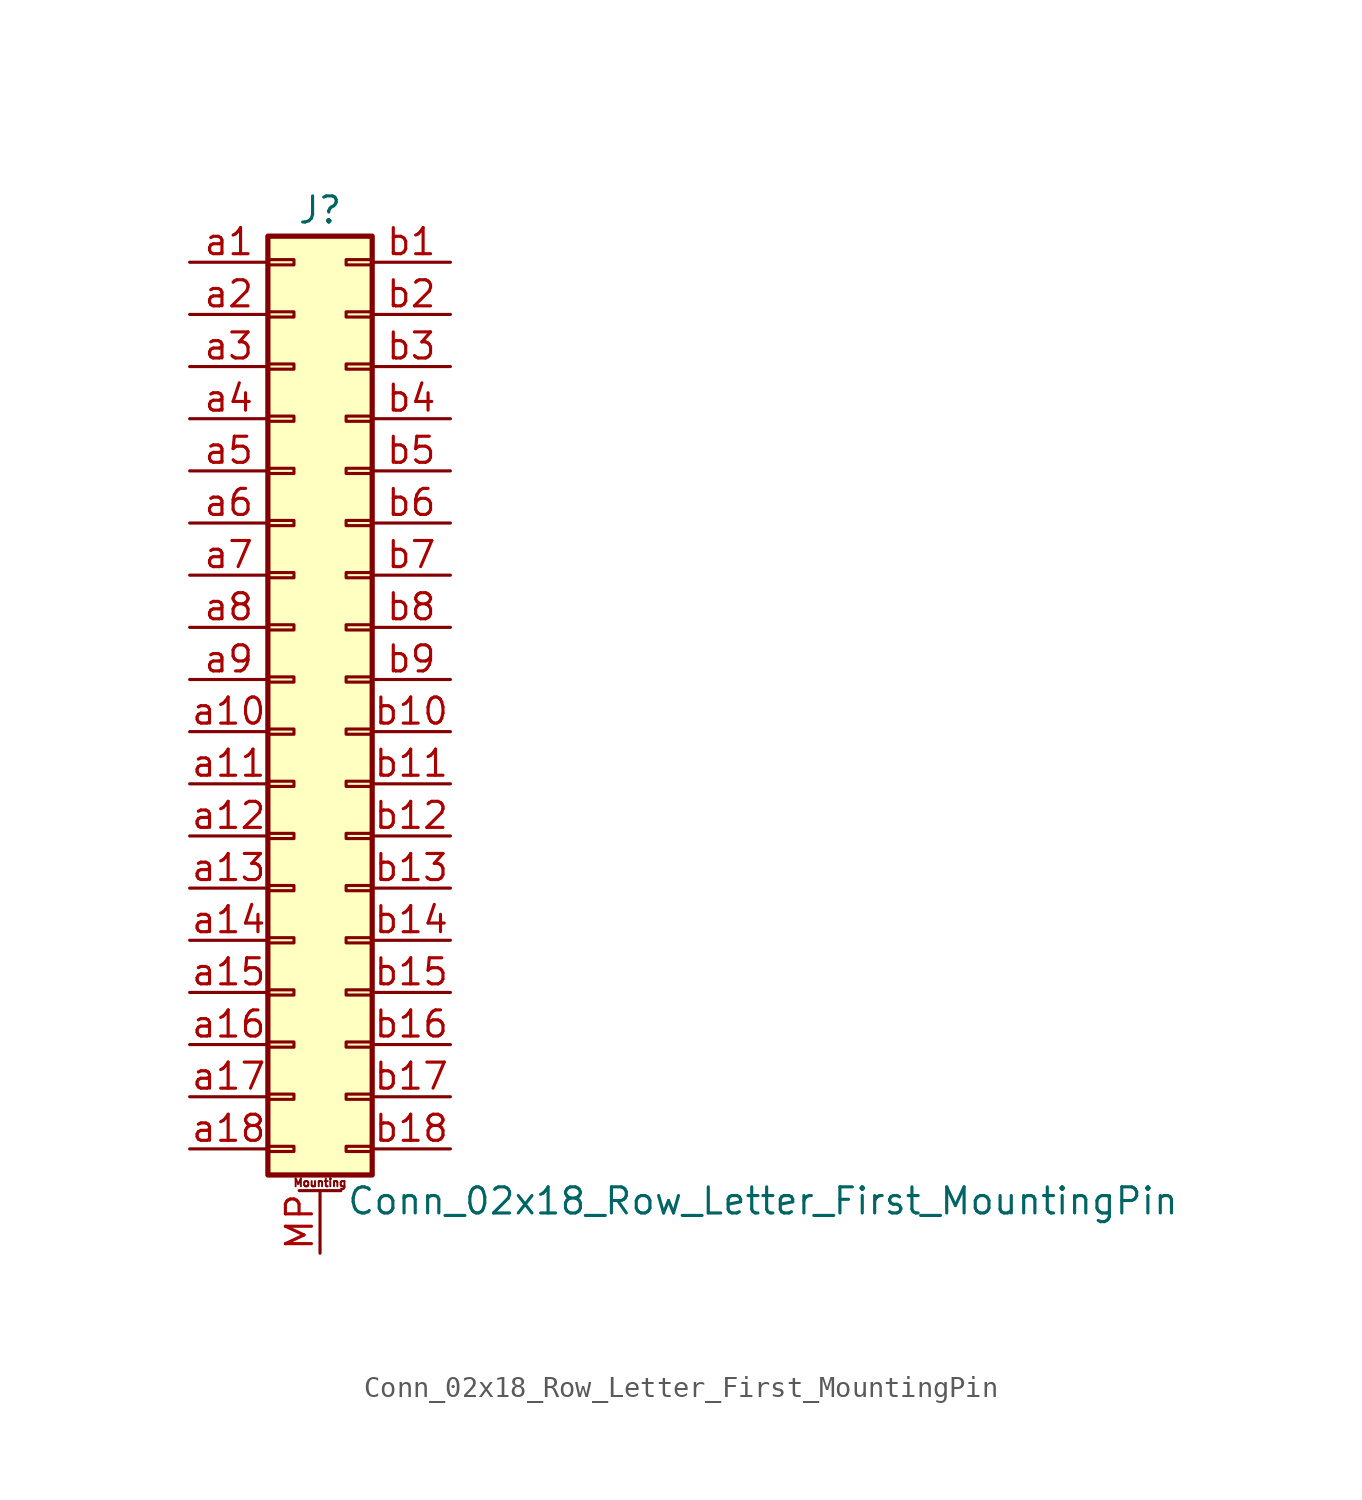
<source format=kicad_sym>
(kicad_symbol_lib
  (version 20201005)
  (generator kicad_symbol_editor)
  (symbol "Conn_02x18_Row_Letter_First_MountingPin"
    (pin_names
      (offset 1.016) hide)
    (property "Reference" "J"
      (at 1.27 22.86 0)
      (effects (font (size 1.27 1.27))))
    (property "Value" "Conn_02x18_Row_Letter_First_MountingPin"
      (at 2.54 -25.4 0)
      (effects (font (size 1.27 1.27)) (justify left)))
    (symbol "Conn_02x18_Row_Letter_First_MountingPin_1_1"
      (text "Mounting" (at 1.27 -24.511 0) (effects (font (size 0.381 0.381))))
      (rectangle (start -1.27 -22.733) (end 0 -22.987) (stroke (width 0.152)) (fill (type none)))
      (rectangle (start -1.27 -20.193) (end 0 -20.447) (stroke (width 0.152)) (fill (type none)))
      (rectangle (start -1.27 -17.653) (end 0 -17.907) (stroke (width 0.152)) (fill (type none)))
      (rectangle (start -1.27 -15.113) (end 0 -15.367) (stroke (width 0.152)) (fill (type none)))
      (rectangle (start -1.27 -12.573) (end 0 -12.827) (stroke (width 0.152)) (fill (type none)))
      (rectangle (start -1.27 -10.033) (end 0 -10.287) (stroke (width 0.152)) (fill (type none)))
      (rectangle (start -1.27 -7.493) (end 0 -7.747) (stroke (width 0.152)) (fill (type none)))
      (rectangle (start -1.27 -4.953) (end 0 -5.207) (stroke (width 0.152)) (fill (type none)))
      (rectangle (start -1.27 -2.413) (end 0 -2.667) (stroke (width 0.152)) (fill (type none)))
      (rectangle (start -1.27 0.127) (end 0 -0.127) (stroke (width 0.152)) (fill (type none)))
      (rectangle (start -1.27 2.667) (end 0 2.413) (stroke (width 0.152)) (fill (type none)))
      (rectangle (start -1.27 5.207) (end 0 4.953) (stroke (width 0.152)) (fill (type none)))
      (rectangle (start -1.27 7.747) (end 0 7.493) (stroke (width 0.152)) (fill (type none)))
      (rectangle (start -1.27 10.287) (end 0 10.033) (stroke (width 0.152)) (fill (type none)))
      (rectangle (start -1.27 12.827) (end 0 12.573) (stroke (width 0.152)) (fill (type none)))
      (rectangle (start -1.27 15.367) (end 0 15.113) (stroke (width 0.152)) (fill (type none)))
      (rectangle (start -1.27 17.907) (end 0 17.653) (stroke (width 0.152)) (fill (type none)))
      (rectangle (start -1.27 20.447) (end 0 20.193) (stroke (width 0.152)) (fill (type none)))
      (rectangle (start 3.81 -22.733) (end 2.54 -22.987) (stroke (width 0.152)) (fill (type none)))
      (rectangle (start 3.81 -20.193) (end 2.54 -20.447) (stroke (width 0.152)) (fill (type none)))
      (rectangle (start 3.81 -17.653) (end 2.54 -17.907) (stroke (width 0.152)) (fill (type none)))
      (rectangle (start 3.81 -15.113) (end 2.54 -15.367) (stroke (width 0.152)) (fill (type none)))
      (rectangle (start 3.81 -12.573) (end 2.54 -12.827) (stroke (width 0.152)) (fill (type none)))
      (rectangle (start 3.81 -10.033) (end 2.54 -10.287) (stroke (width 0.152)) (fill (type none)))
      (rectangle (start 3.81 -7.493) (end 2.54 -7.747) (stroke (width 0.152)) (fill (type none)))
      (rectangle (start 3.81 -4.953) (end 2.54 -5.207) (stroke (width 0.152)) (fill (type none)))
      (rectangle (start 3.81 -2.413) (end 2.54 -2.667) (stroke (width 0.152)) (fill (type none)))
      (rectangle (start 3.81 0.127) (end 2.54 -0.127) (stroke (width 0.152)) (fill (type none)))
      (rectangle (start 3.81 2.667) (end 2.54 2.413) (stroke (width 0.152)) (fill (type none)))
      (rectangle (start 3.81 5.207) (end 2.54 4.953) (stroke (width 0.152)) (fill (type none)))
      (rectangle (start 3.81 7.747) (end 2.54 7.493) (stroke (width 0.152)) (fill (type none)))
      (rectangle (start 3.81 10.287) (end 2.54 10.033) (stroke (width 0.152)) (fill (type none)))
      (rectangle (start 3.81 12.827) (end 2.54 12.573) (stroke (width 0.152)) (fill (type none)))
      (rectangle (start 3.81 15.367) (end 2.54 15.113) (stroke (width 0.152)) (fill (type none)))
      (rectangle (start 3.81 17.907) (end 2.54 17.653) (stroke (width 0.152)) (fill (type none)))
      (rectangle (start 3.81 20.447) (end 2.54 20.193) (stroke (width 0.152)) (fill (type none)))
      (rectangle (start -1.27 21.59) (end 3.81 -24.13) (stroke (width 0.254)) (fill (type background)))
      (polyline (pts (xy 0.254 -24.892) (xy 2.286 -24.892)) (stroke (width 0.152)) (fill (type none)))
      (pin passive line (at 1.27 -27.94 90) (length 3.048) (name "MountPin" (effects (font (size 1.27 1.27)))) (number "MP" (effects (font (size 1.27 1.27)))))
      (pin passive line (at -5.08 20.32 0) (length 3.81) (name "Pin_a1" (effects (font (size 1.27 1.27)))) (number "a1" (effects (font (size 1.27 1.27)))))
      (pin passive line (at -5.08 -2.54 0) (length 3.81) (name "Pin_a10" (effects (font (size 1.27 1.27)))) (number "a10" (effects (font (size 1.27 1.27)))))
      (pin passive line (at -5.08 -5.08 0) (length 3.81) (name "Pin_a11" (effects (font (size 1.27 1.27)))) (number "a11" (effects (font (size 1.27 1.27)))))
      (pin passive line (at -5.08 -7.62 0) (length 3.81) (name "Pin_a12" (effects (font (size 1.27 1.27)))) (number "a12" (effects (font (size 1.27 1.27)))))
      (pin passive line (at -5.08 -10.16 0) (length 3.81) (name "Pin_a13" (effects (font (size 1.27 1.27)))) (number "a13" (effects (font (size 1.27 1.27)))))
      (pin passive line (at -5.08 -12.7 0) (length 3.81) (name "Pin_a14" (effects (font (size 1.27 1.27)))) (number "a14" (effects (font (size 1.27 1.27)))))
      (pin passive line (at -5.08 -15.24 0) (length 3.81) (name "Pin_a15" (effects (font (size 1.27 1.27)))) (number "a15" (effects (font (size 1.27 1.27)))))
      (pin passive line (at -5.08 -17.78 0) (length 3.81) (name "Pin_a16" (effects (font (size 1.27 1.27)))) (number "a16" (effects (font (size 1.27 1.27)))))
      (pin passive line (at -5.08 -20.32 0) (length 3.81) (name "Pin_a17" (effects (font (size 1.27 1.27)))) (number "a17" (effects (font (size 1.27 1.27)))))
      (pin passive line (at -5.08 -22.86 0) (length 3.81) (name "Pin_a18" (effects (font (size 1.27 1.27)))) (number "a18" (effects (font (size 1.27 1.27)))))
      (pin passive line (at -5.08 17.78 0) (length 3.81) (name "Pin_a2" (effects (font (size 1.27 1.27)))) (number "a2" (effects (font (size 1.27 1.27)))))
      (pin passive line (at -5.08 15.24 0) (length 3.81) (name "Pin_a3" (effects (font (size 1.27 1.27)))) (number "a3" (effects (font (size 1.27 1.27)))))
      (pin passive line (at -5.08 12.7 0) (length 3.81) (name "Pin_a4" (effects (font (size 1.27 1.27)))) (number "a4" (effects (font (size 1.27 1.27)))))
      (pin passive line (at -5.08 10.16 0) (length 3.81) (name "Pin_a5" (effects (font (size 1.27 1.27)))) (number "a5" (effects (font (size 1.27 1.27)))))
      (pin passive line (at -5.08 7.62 0) (length 3.81) (name "Pin_a6" (effects (font (size 1.27 1.27)))) (number "a6" (effects (font (size 1.27 1.27)))))
      (pin passive line (at -5.08 5.08 0) (length 3.81) (name "Pin_a7" (effects (font (size 1.27 1.27)))) (number "a7" (effects (font (size 1.27 1.27)))))
      (pin passive line (at -5.08 2.54 0) (length 3.81) (name "Pin_a8" (effects (font (size 1.27 1.27)))) (number "a8" (effects (font (size 1.27 1.27)))))
      (pin passive line (at -5.08 0 0) (length 3.81) (name "Pin_a9" (effects (font (size 1.27 1.27)))) (number "a9" (effects (font (size 1.27 1.27)))))
      (pin passive line (at 7.62 20.32 180) (length 3.81) (name "Pin_b1" (effects (font (size 1.27 1.27)))) (number "b1" (effects (font (size 1.27 1.27)))))
      (pin passive line (at 7.62 -2.54 180) (length 3.81) (name "Pin_b10" (effects (font (size 1.27 1.27)))) (number "b10" (effects (font (size 1.27 1.27)))))
      (pin passive line (at 7.62 -5.08 180) (length 3.81) (name "Pin_b11" (effects (font (size 1.27 1.27)))) (number "b11" (effects (font (size 1.27 1.27)))))
      (pin passive line (at 7.62 -7.62 180) (length 3.81) (name "Pin_b12" (effects (font (size 1.27 1.27)))) (number "b12" (effects (font (size 1.27 1.27)))))
      (pin passive line (at 7.62 -10.16 180) (length 3.81) (name "Pin_b13" (effects (font (size 1.27 1.27)))) (number "b13" (effects (font (size 1.27 1.27)))))
      (pin passive line (at 7.62 -12.7 180) (length 3.81) (name "Pin_b14" (effects (font (size 1.27 1.27)))) (number "b14" (effects (font (size 1.27 1.27)))))
      (pin passive line (at 7.62 -15.24 180) (length 3.81) (name "Pin_b15" (effects (font (size 1.27 1.27)))) (number "b15" (effects (font (size 1.27 1.27)))))
      (pin passive line (at 7.62 -17.78 180) (length 3.81) (name "Pin_b16" (effects (font (size 1.27 1.27)))) (number "b16" (effects (font (size 1.27 1.27)))))
      (pin passive line (at 7.62 -20.32 180) (length 3.81) (name "Pin_b17" (effects (font (size 1.27 1.27)))) (number "b17" (effects (font (size 1.27 1.27)))))
      (pin passive line (at 7.62 -22.86 180) (length 3.81) (name "Pin_b18" (effects (font (size 1.27 1.27)))) (number "b18" (effects (font (size 1.27 1.27)))))
      (pin passive line (at 7.62 17.78 180) (length 3.81) (name "Pin_b2" (effects (font (size 1.27 1.27)))) (number "b2" (effects (font (size 1.27 1.27)))))
      (pin passive line (at 7.62 15.24 180) (length 3.81) (name "Pin_b3" (effects (font (size 1.27 1.27)))) (number "b3" (effects (font (size 1.27 1.27)))))
      (pin passive line (at 7.62 12.7 180) (length 3.81) (name "Pin_b4" (effects (font (size 1.27 1.27)))) (number "b4" (effects (font (size 1.27 1.27)))))
      (pin passive line (at 7.62 10.16 180) (length 3.81) (name "Pin_b5" (effects (font (size 1.27 1.27)))) (number "b5" (effects (font (size 1.27 1.27)))))
      (pin passive line (at 7.62 7.62 180) (length 3.81) (name "Pin_b6" (effects (font (size 1.27 1.27)))) (number "b6" (effects (font (size 1.27 1.27)))))
      (pin passive line (at 7.62 5.08 180) (length 3.81) (name "Pin_b7" (effects (font (size 1.27 1.27)))) (number "b7" (effects (font (size 1.27 1.27)))))
      (pin passive line (at 7.62 2.54 180) (length 3.81) (name "Pin_b8" (effects (font (size 1.27 1.27)))) (number "b8" (effects (font (size 1.27 1.27)))))
      (pin passive line (at 7.62 0 180) (length 3.81) (name "Pin_b9" (effects (font (size 1.27 1.27)))) (number "b9" (effects (font (size 1.27 1.27))))))))
</source>
